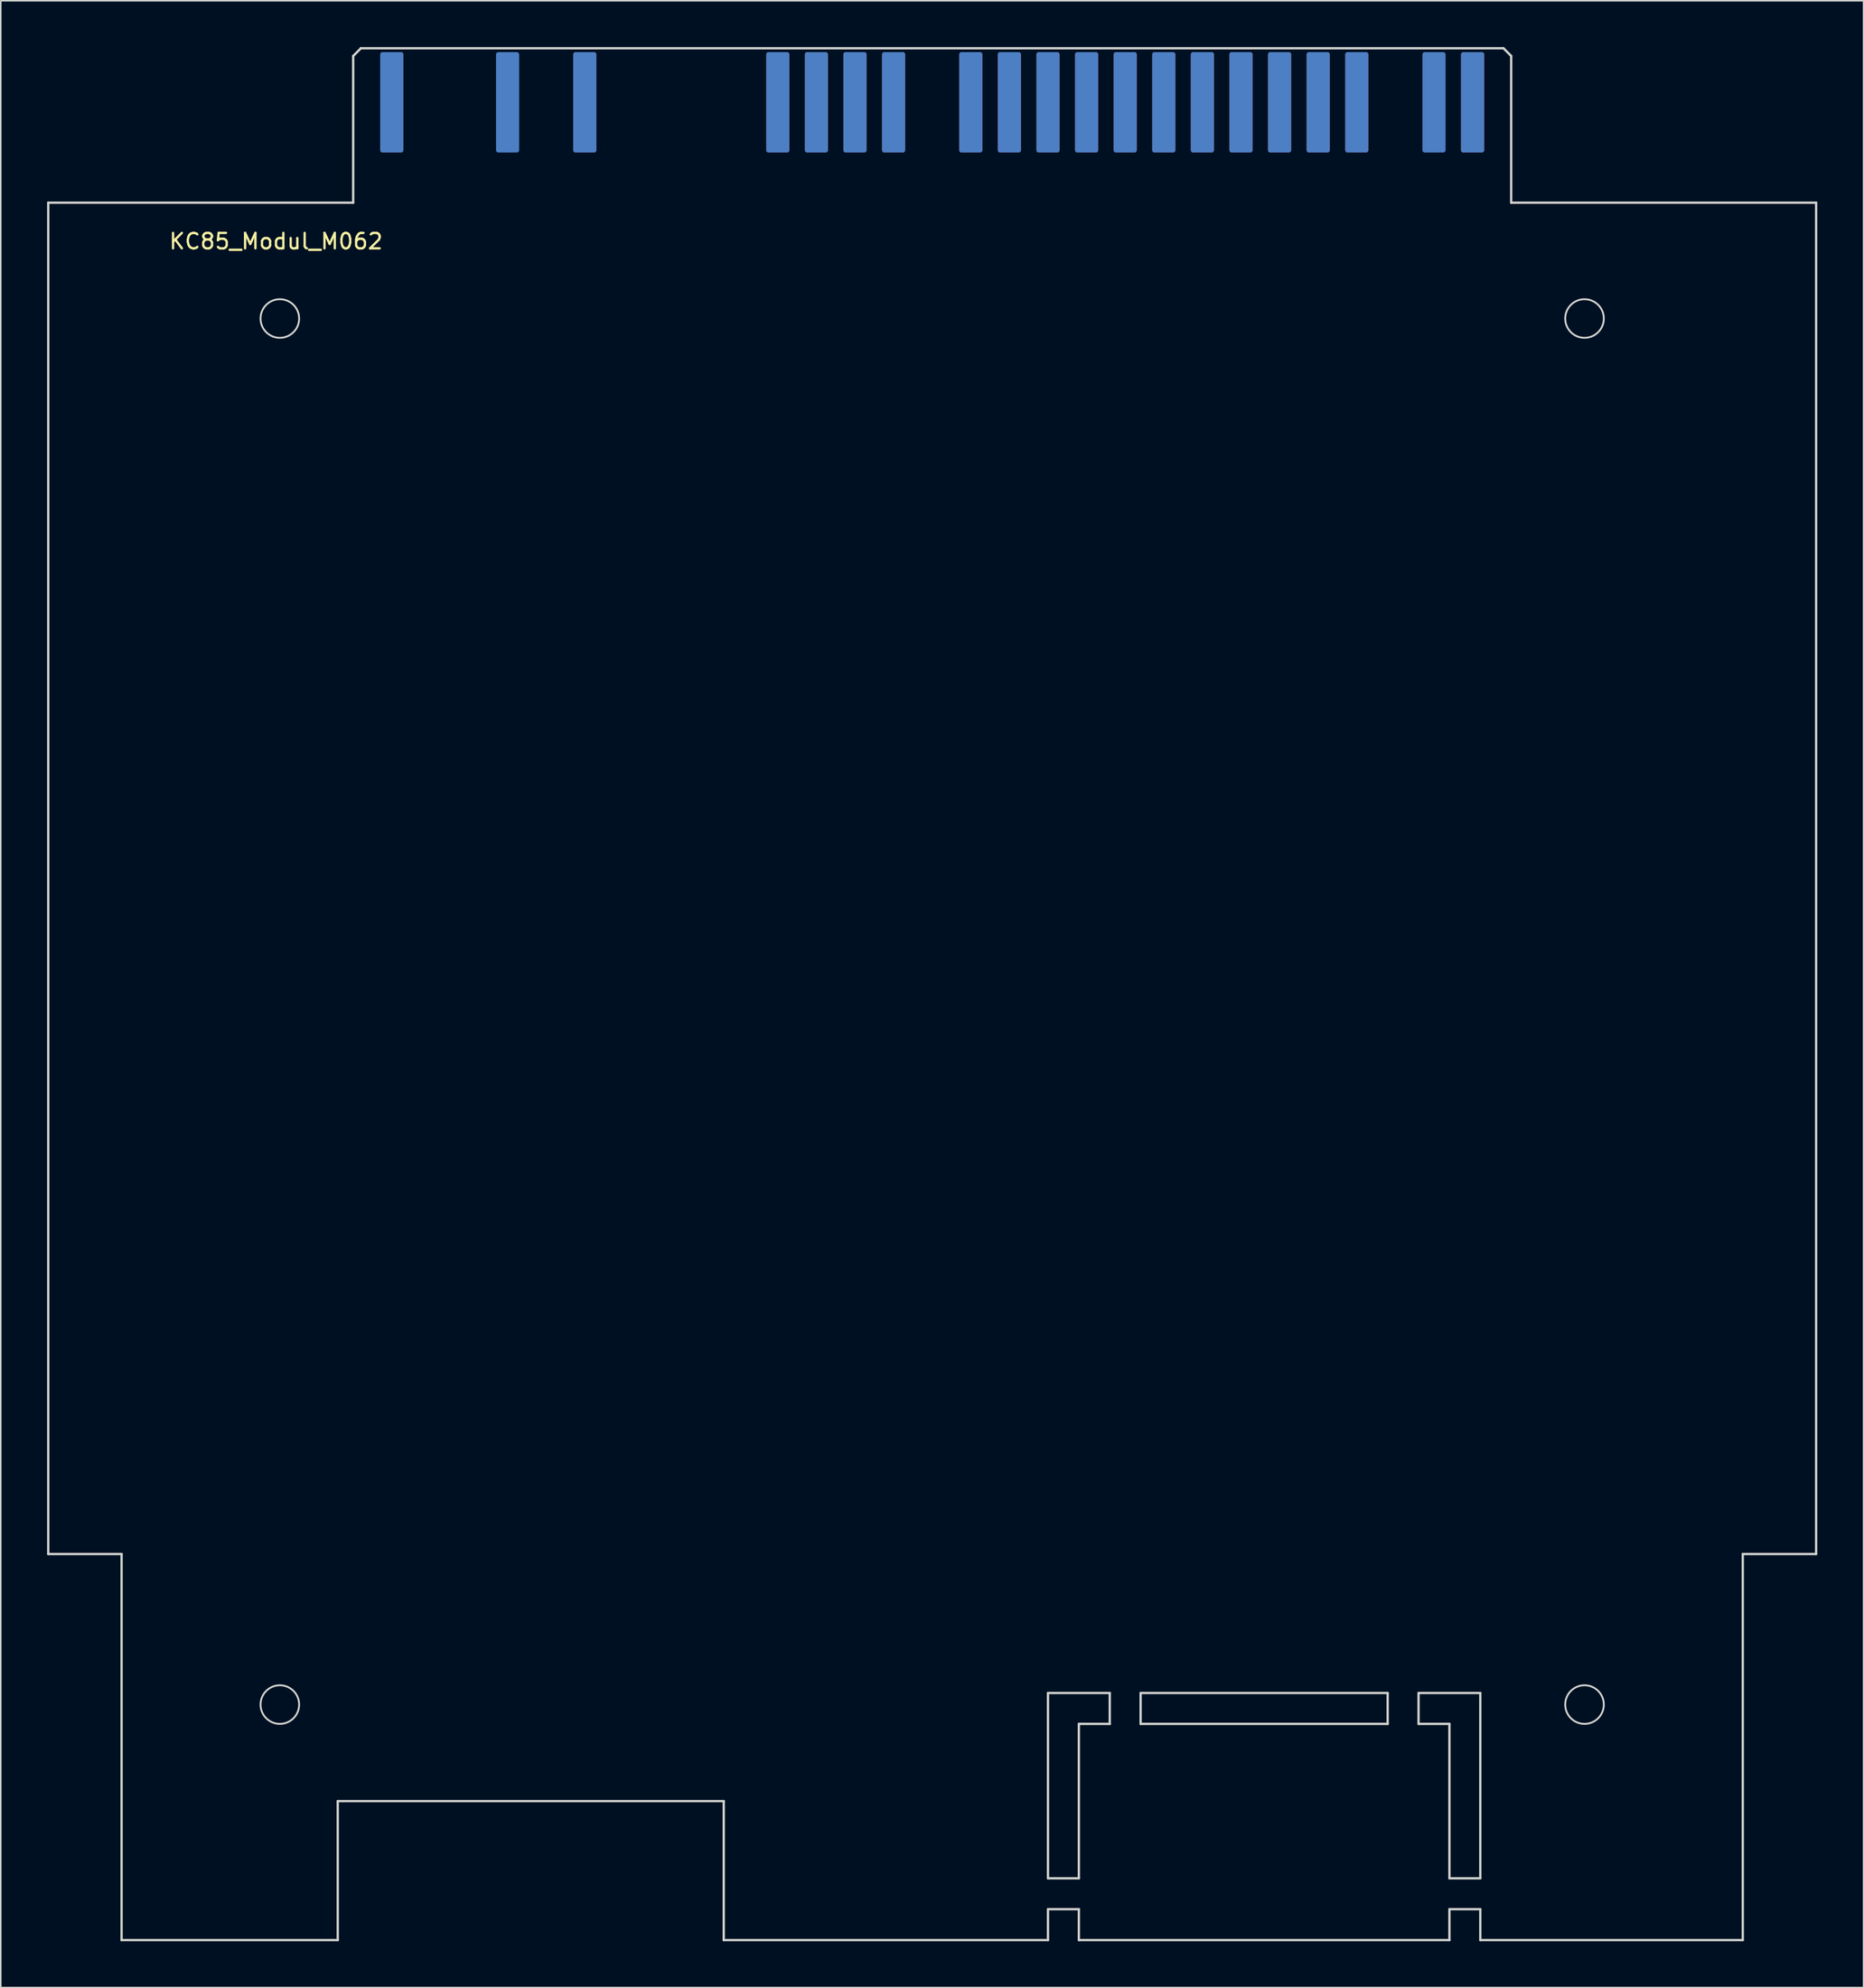
<source format=kicad_pcb>
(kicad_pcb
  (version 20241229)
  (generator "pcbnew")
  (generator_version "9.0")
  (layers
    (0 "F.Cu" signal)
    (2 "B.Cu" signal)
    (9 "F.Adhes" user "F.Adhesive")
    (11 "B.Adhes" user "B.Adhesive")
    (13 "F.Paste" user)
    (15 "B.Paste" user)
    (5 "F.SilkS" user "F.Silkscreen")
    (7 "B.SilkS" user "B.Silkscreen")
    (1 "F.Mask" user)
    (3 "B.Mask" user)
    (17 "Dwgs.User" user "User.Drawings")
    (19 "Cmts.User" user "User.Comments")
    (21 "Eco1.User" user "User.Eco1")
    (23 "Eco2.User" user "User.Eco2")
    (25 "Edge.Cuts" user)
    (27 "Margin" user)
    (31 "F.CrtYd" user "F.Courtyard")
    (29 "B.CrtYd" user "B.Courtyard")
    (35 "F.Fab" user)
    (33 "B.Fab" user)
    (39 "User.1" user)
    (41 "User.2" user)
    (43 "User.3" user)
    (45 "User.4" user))
  (footprint "KC85_Modul_M062"
    (layer "F.Cu")
    (at 19.825 10.075)
    (property "Reference" "KC85_Modul_M062" (at -5 2.5 0) (layer "F.SilkS") (effects (font (size 1 1) (thickness 0.15))))
    (attr through_hole)
    (fp_line (start -19.75 0) (end -19.75 87.5) (stroke (width 0.15) (type solid)) (layer "Edge.Cuts"))
    (fp_line (start -15 87.5) (end -19.75 87.5) (stroke (width 0.15) (type solid)) (layer "Edge.Cuts"))
    (fp_line (start -15 87.5) (end -15 112.5) (stroke (width 0.15) (type solid)) (layer "Edge.Cuts"))
    (fp_line (start -1 103.5) (end -1 112.5) (stroke (width 0.15) (type default)) (layer "Edge.Cuts"))
    (fp_line (start -1 103.5) (end 24 103.5) (stroke (width 0.15) (type default)) (layer "Edge.Cuts"))
    (fp_line (start -1 112.5) (end -15 112.5) (stroke (width 0.15) (type solid)) (layer "Edge.Cuts"))
    (fp_line (start 0 -9.5) (end 0.5 -10) (stroke (width 0.15) (type solid)) (layer "Edge.Cuts"))
    (fp_line (start 0 0) (end -19.75 0) (stroke (width 0.15) (type solid)) (layer "Edge.Cuts"))
    (fp_line (start 0 0) (end 0 -9.5) (stroke (width 0.15) (type solid)) (layer "Edge.Cuts"))
    (fp_line (start 0.5 -10) (end 74.5 -10) (stroke (width 0.15) (type solid)) (layer "Edge.Cuts"))
    (fp_line (start 24 103.5) (end 24 112.5) (stroke (width 0.15) (type default)) (layer "Edge.Cuts"))
    (fp_line (start 45 96.5) (end 45 108.5) (stroke (width 0.15) (type default)) (layer "Edge.Cuts"))
    (fp_line (start 45 108.5) (end 47 108.5) (stroke (width 0.15) (type default)) (layer "Edge.Cuts"))
    (fp_line (start 45 110.5) (end 45 112.5) (stroke (width 0.15) (type default)) (layer "Edge.Cuts"))
    (fp_line (start 45 110.5) (end 47 110.5) (stroke (width 0.15) (type default)) (layer "Edge.Cuts"))
    (fp_line (start 45 112.5) (end 24 112.5) (stroke (width 0.15) (type solid)) (layer "Edge.Cuts"))
    (fp_line (start 47 98.5) (end 47 108.5) (stroke (width 0.15) (type default)) (layer "Edge.Cuts"))
    (fp_line (start 47 110.5) (end 47 112.5) (stroke (width 0.15) (type default)) (layer "Edge.Cuts"))
    (fp_line (start 49 96.5) (end 45 96.5) (stroke (width 0.15) (type default)) (layer "Edge.Cuts"))
    (fp_line (start 49 96.5) (end 49 98.5) (stroke (width 0.15) (type default)) (layer "Edge.Cuts"))
    (fp_line (start 49 98.5) (end 47 98.5) (stroke (width 0.15) (type default)) (layer "Edge.Cuts"))
    (fp_line (start 51 96.5) (end 51 98.5) (stroke (width 0.15) (type default)) (layer "Edge.Cuts"))
    (fp_line (start 51 96.5) (end 67 96.5) (stroke (width 0.15) (type default)) (layer "Edge.Cuts"))
    (fp_line (start 51 98.5) (end 67 98.5) (stroke (width 0.15) (type default)) (layer "Edge.Cuts"))
    (fp_line (start 67 98.5) (end 67 96.5) (stroke (width 0.15) (type default)) (layer "Edge.Cuts"))
    (fp_line (start 69 96.5) (end 73 96.5) (stroke (width 0.15) (type default)) (layer "Edge.Cuts"))
    (fp_line (start 69 98.5) (end 69 96.5) (stroke (width 0.15) (type default)) (layer "Edge.Cuts"))
    (fp_line (start 69 98.5) (end 71 98.5) (stroke (width 0.15) (type default)) (layer "Edge.Cuts"))
    (fp_line (start 71 98.5) (end 71 108.5) (stroke (width 0.15) (type default)) (layer "Edge.Cuts"))
    (fp_line (start 71 108.5) (end 73 108.5) (stroke (width 0.15) (type default)) (layer "Edge.Cuts"))
    (fp_line (start 71 110.5) (end 71 112.5) (stroke (width 0.15) (type default)) (layer "Edge.Cuts"))
    (fp_line (start 71 110.5) (end 73 110.5) (stroke (width 0.15) (type default)) (layer "Edge.Cuts"))
    (fp_line (start 71 112.5) (end 47 112.5) (stroke (width 0.15) (type solid)) (layer "Edge.Cuts"))
    (fp_line (start 73 96.5) (end 73 108.5) (stroke (width 0.15) (type default)) (layer "Edge.Cuts"))
    (fp_line (start 73 110.5) (end 73 112.5) (stroke (width 0.15) (type default)) (layer "Edge.Cuts"))
    (fp_line (start 75 -9.5) (end 74.5 -10) (stroke (width 0.15) (type solid)) (layer "Edge.Cuts"))
    (fp_line (start 75 -9.5) (end 75 0) (stroke (width 0.15) (type solid)) (layer "Edge.Cuts"))
    (fp_line (start 75 0) (end 94.75 0) (stroke (width 0.15) (type solid)) (layer "Edge.Cuts"))
    (fp_line (start 90 87.5) (end 90 112.5) (stroke (width 0.15) (type solid)) (layer "Edge.Cuts"))
    (fp_line (start 90 112.5) (end 73 112.5) (stroke (width 0.15) (type solid)) (layer "Edge.Cuts"))
    (fp_line (start 94.75 0) (end 94.75 87.5) (stroke (width 0.15) (type solid)) (layer "Edge.Cuts"))
    (fp_line (start 94.75 87.5) (end 90 87.5) (stroke (width 0.15) (type solid)) (layer "Edge.Cuts"))
    (fp_circle (center -4.75 7.5) (end -3.5 7.5) (stroke (width 0.12) (type solid)) (fill no) (layer "Edge.Cuts"))
    (fp_circle (center -4.75 97.25) (end -3.5 97.25) (stroke (width 0.12) (type solid)) (fill no) (layer "Edge.Cuts"))
    (fp_circle (center 79.75 7.5) (end 81 7.5) (stroke (width 0.12) (type solid)) (fill no) (layer "Edge.Cuts"))
    (fp_circle (center 79.75 97.25) (end 81 97.25) (stroke (width 0.12) (type solid)) (fill no) (layer "Edge.Cuts"))
    (fp_rect (start -0.5 104) (end 23.5 105.5) (stroke (width 0.1) (type dot)) (fill no) (layer "User.2"))
    (fp_rect (start 0.5 105.5) (end 10.5 112.5) (stroke (width 0.1) (type dash)) (fill no) (layer "User.2"))
    (pad "1A" smd roundrect (at 72.5 -6.5) (size 1.5 6.5) (layers "B.Cu" "B.Mask" "B.Paste") (roundrect_rratio 0.1))
    (pad "1B" smd roundrect (at 72.5 -6.5) (size 1.5 6.5) (layers "F.Cu" "F.Mask" "F.Paste") (roundrect_rratio 0.1))
    (pad "2A" smd roundrect (at 70 -6.5) (size 1.5 6.5) (layers "B.Cu" "B.Mask" "B.Paste") (roundrect_rratio 0.1))
    (pad "4A" smd roundrect (at 65 -6.5) (size 1.5 6.5) (layers "B.Cu" "B.Mask" "B.Paste") (roundrect_rratio 0.1))
    (pad "4B" smd roundrect (at 65 -6.5) (size 1.5 6.5) (layers "F.Cu" "F.Mask" "F.Paste") (roundrect_rratio 0.1))
    (pad "5A" smd roundrect (at 62.5 -6.5) (size 1.5 6.5) (layers "B.Cu" "B.Mask" "B.Paste") (roundrect_rratio 0.1))
    (pad "5B" smd roundrect (at 62.5 -6.5) (size 1.5 6.5) (layers "F.Cu" "F.Mask" "F.Paste") (roundrect_rratio 0.1))
    (pad "6A" smd roundrect (at 60 -6.5) (size 1.5 6.5) (layers "B.Cu" "B.Mask" "B.Paste") (roundrect_rratio 0.1))
    (pad "6B" smd roundrect (at 60 -6.5) (size 1.5 6.5) (layers "F.Cu" "F.Mask" "F.Paste") (roundrect_rratio 0.1))
    (pad "7A" smd roundrect (at 57.5 -6.5) (size 1.5 6.5) (layers "B.Cu" "B.Mask" "B.Paste") (roundrect_rratio 0.1))
    (pad "7B" smd roundrect (at 57.5 -6.5) (size 1.5 6.5) (layers "F.Cu" "F.Mask" "F.Paste") (roundrect_rratio 0.1))
    (pad "8A" smd roundrect (at 55 -6.5) (size 1.5 6.5) (layers "B.Cu" "B.Mask" "B.Paste") (roundrect_rratio 0.1))
    (pad "8B" smd roundrect (at 55 -6.5) (size 1.5 6.5) (layers "F.Cu" "F.Mask" "F.Paste") (roundrect_rratio 0.1))
    (pad "9A" smd roundrect (at 52.5 -6.5) (size 1.5 6.5) (layers "B.Cu" "B.Mask" "B.Paste") (roundrect_rratio 0.1))
    (pad "9B" smd roundrect (at 52.5 -6.5) (size 1.5 6.5) (layers "F.Cu" "F.Mask" "F.Paste") (roundrect_rratio 0.1))
    (pad "10A" smd roundrect (at 50 -6.5) (size 1.5 6.5) (layers "B.Cu" "B.Mask" "B.Paste") (roundrect_rratio 0.1))
    (pad "10B" smd roundrect (at 50 -6.5) (size 1.5 6.5) (layers "F.Cu" "F.Mask" "F.Paste") (roundrect_rratio 0.1))
    (pad "11A" smd roundrect (at 47.5 -6.5) (size 1.5 6.5) (layers "B.Cu" "B.Mask" "B.Paste") (roundrect_rratio 0.1))
    (pad "11B" smd roundrect (at 47.5 -6.5) (size 1.5 6.5) (layers "F.Cu" "F.Mask" "F.Paste") (roundrect_rratio 0.1))
    (pad "12A" smd roundrect (at 45 -6.5) (size 1.5 6.5) (layers "B.Cu" "B.Mask" "B.Paste") (roundrect_rratio 0.1))
    (pad "12B" smd roundrect (at 45 -6.5) (size 1.5 6.5) (layers "F.Cu" "F.Mask" "F.Paste") (roundrect_rratio 0.1))
    (pad "13A" smd roundrect (at 42.5 -6.5) (size 1.5 6.5) (layers "B.Cu" "B.Mask" "B.Paste") (roundrect_rratio 0.1))
    (pad "13B" smd roundrect (at 42.5 -6.5) (size 1.5 6.5) (layers "F.Cu" "F.Mask" "F.Paste") (roundrect_rratio 0.1))
    (pad "14A" smd roundrect (at 40 -6.5) (size 1.5 6.5) (layers "B.Cu" "B.Mask" "B.Paste") (roundrect_rratio 0.1))
    (pad "14B" smd roundrect (at 40 -6.5) (size 1.5 6.5) (layers "F.Cu" "F.Mask" "F.Paste") (roundrect_rratio 0.1))
    (pad "16A" smd roundrect (at 35 -6.5) (size 1.5 6.5) (layers "B.Cu" "B.Mask" "B.Paste") (roundrect_rratio 0.1))
    (pad "16B" smd roundrect (at 35 -6.5) (size 1.5 6.5) (layers "F.Cu" "F.Mask" "F.Paste") (roundrect_rratio 0.1))
    (pad "17A" smd roundrect (at 32.5 -6.5) (size 1.5 6.5) (layers "B.Cu" "B.Mask" "B.Paste") (roundrect_rratio 0.1))
    (pad "17B" smd roundrect (at 32.5 -6.5) (size 1.5 6.5) (layers "F.Cu" "F.Mask" "F.Paste") (roundrect_rratio 0.1))
    (pad "18A" smd roundrect (at 30 -6.5) (size 1.5 6.5) (layers "B.Cu" "B.Mask" "B.Paste") (roundrect_rratio 0.1))
    (pad "18B" smd roundrect (at 30 -6.5) (size 1.5 6.5) (layers "F.Cu" "F.Mask" "F.Paste") (roundrect_rratio 0.1))
    (pad "19A" smd roundrect (at 27.5 -6.5) (size 1.5 6.5) (layers "B.Cu" "B.Mask" "B.Paste") (roundrect_rratio 0.1))
    (pad "19B" smd roundrect (at 27.5 -6.5) (size 1.5 6.5) (layers "F.Cu" "F.Mask" "F.Paste") (roundrect_rratio 0.1))
    (pad "24A" smd roundrect (at 15 -6.5) (size 1.5 6.5) (layers "B.Cu" "B.Mask" "B.Paste") (roundrect_rratio 0.1))
    (pad "24B" smd roundrect (at 15 -6.5) (size 1.5 6.5) (layers "F.Cu" "F.Mask" "F.Paste") (roundrect_rratio 0.1))
    (pad "26A" smd roundrect (at 10 -6.5) (size 1.5 6.5) (layers "B.Cu" "B.Mask" "B.Paste") (roundrect_rratio 0.1))
    (pad "29A" smd roundrect (at 2.5 -6.5) (size 1.5 6.5) (layers "B.Cu" "B.Mask" "B.Paste") (roundrect_rratio 0.1))
    (pad "29B" smd roundrect (at 2.5 -6.5) (size 1.5 6.5) (layers "F.Cu" "F.Mask" "F.Paste") (roundrect_rratio 0.1))
    (zone (net_name "") (layers "F.Cu" "B.Cu" "Edge.Cuts") (hatch edge 0.5) (connect_pads) (min_thickness 0.25) (filled_areas_thickness no) (keepout (tracks allowed) (vias allowed) (pads allowed) (copperpour not_allowed) (footprints allowed)) (placement (enabled no)) (fill) (polygon (pts (xy 19.825 0.075) (xy 94.825 0.075) (xy 94.825 7.575) (xy 19.825 7.575)))))
  (gr_rect
    (start -3 -3)
    (end 117.65 125.65)
    (stroke (width 0.1) (type default))
    (fill no)
    (layer "Edge.Cuts")))
</source>
